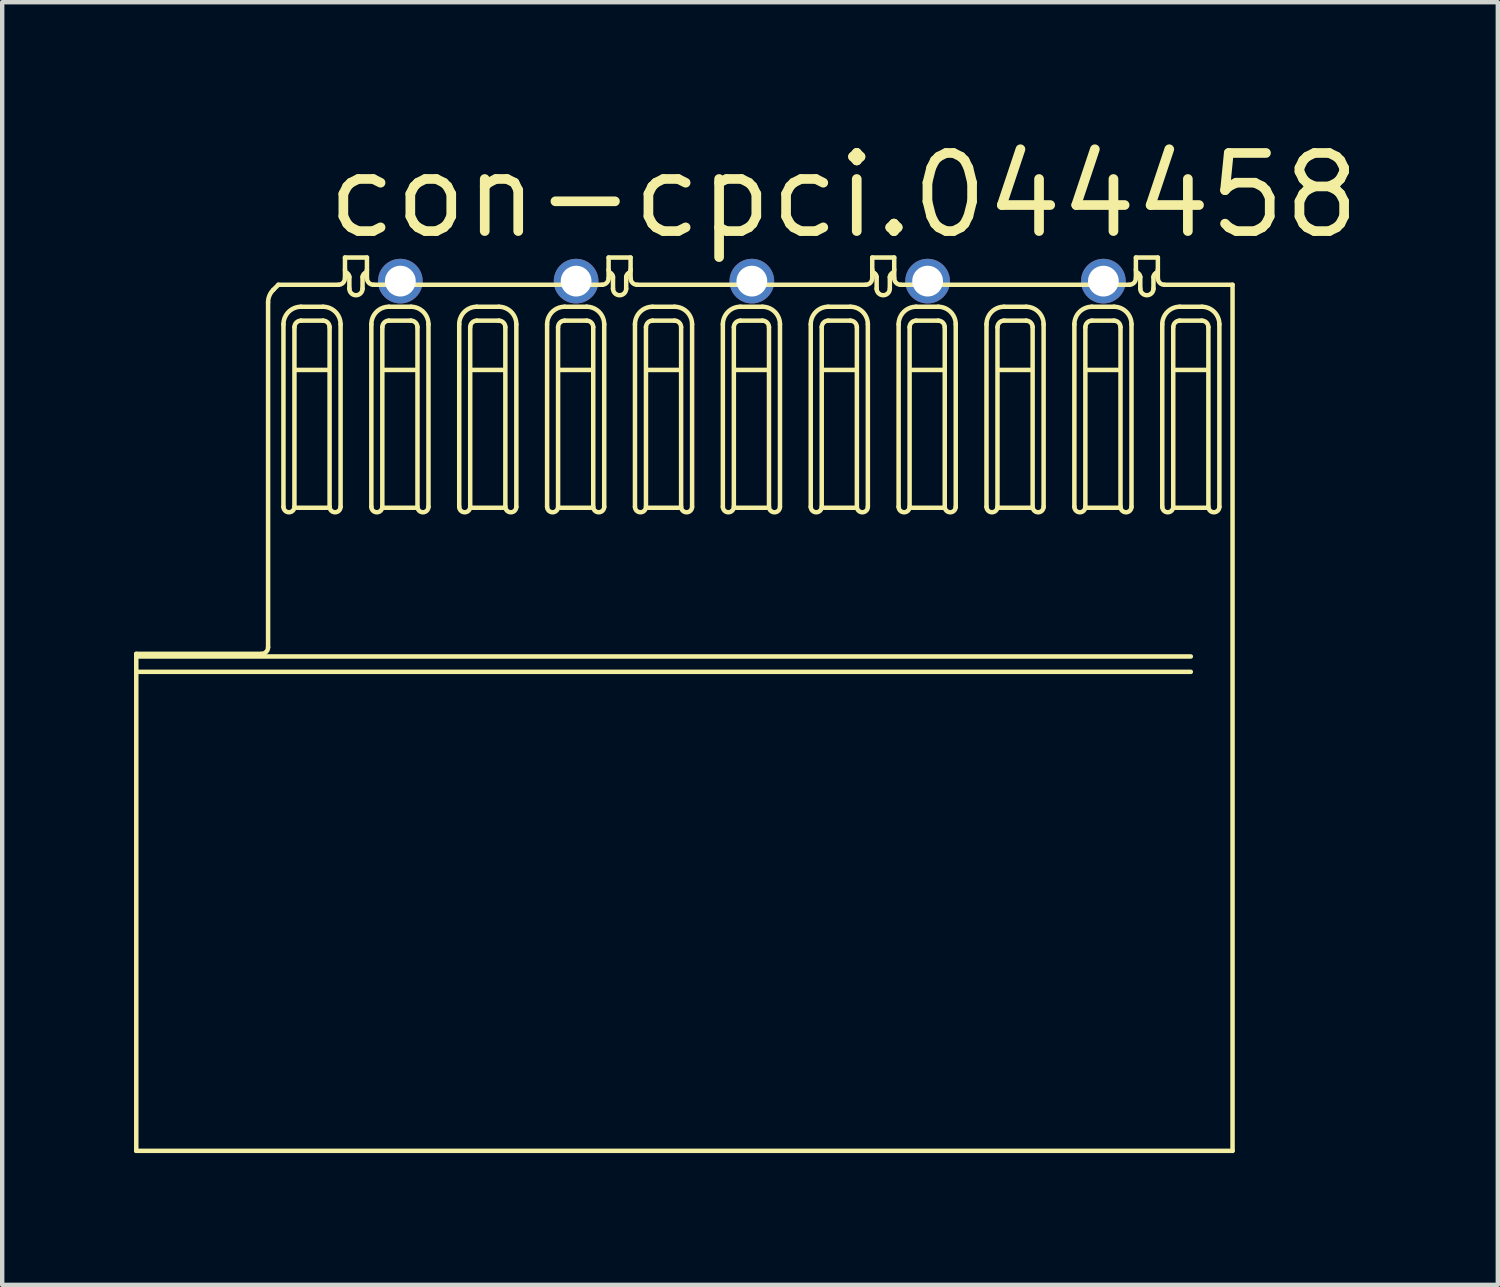
<source format=kicad_pcb>
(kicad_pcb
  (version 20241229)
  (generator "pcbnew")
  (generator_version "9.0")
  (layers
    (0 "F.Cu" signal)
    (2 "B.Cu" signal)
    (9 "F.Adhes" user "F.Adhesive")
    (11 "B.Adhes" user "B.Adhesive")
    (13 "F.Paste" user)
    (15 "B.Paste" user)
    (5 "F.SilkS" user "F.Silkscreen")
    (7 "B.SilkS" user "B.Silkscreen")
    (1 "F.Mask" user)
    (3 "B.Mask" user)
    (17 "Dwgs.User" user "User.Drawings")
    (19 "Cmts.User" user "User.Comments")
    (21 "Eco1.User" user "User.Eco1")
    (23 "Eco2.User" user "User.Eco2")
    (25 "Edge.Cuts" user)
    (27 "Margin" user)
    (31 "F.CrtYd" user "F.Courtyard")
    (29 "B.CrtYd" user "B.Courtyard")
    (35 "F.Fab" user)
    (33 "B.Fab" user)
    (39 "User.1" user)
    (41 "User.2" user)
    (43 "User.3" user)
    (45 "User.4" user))
  (footprint "con-cpci.044458"
    (layer "F.Cu")
    (at 22.061 3.348)
    (property "Reference" "con-cpci.044458" (at -17.78 -0.91 0) (layer "F.SilkS") (effects (font (size 1.778 1.778) (thickness 0.22)) (justify left bottom)))
    (attr through_hole)
    (fp_line (start -22.01 8.483) (end -22.01 19.793) (stroke (width 0.102) (type default)) (layer "F.SilkS"))
    (fp_line (start -22.01 8.542) (end 1.99 8.542) (stroke (width 0.102) (type default)) (layer "F.SilkS"))
    (fp_line (start -22.01 8.892) (end 1.99 8.892) (stroke (width 0.102) (type default)) (layer "F.SilkS"))
    (fp_line (start -22.01 19.793) (end 2.94 19.793) (stroke (width 0.102) (type default)) (layer "F.SilkS"))
    (fp_line (start -19.16 8.483) (end -22.01 8.483) (stroke (width 0.102) (type default)) (layer "F.SilkS"))
    (fp_line (start -19.01 0.483) (end -19.01 8.333) (stroke (width 0.102) (type default)) (layer "F.SilkS"))
    (fp_line (start -18.776 0.083) (end -18.893 0.2) (stroke (width 0.102) (type default)) (layer "F.SilkS"))
    (fp_line (start -18.66 5.136) (end -18.66 0.983) (stroke (width 0.102) (type default)) (layer "F.SilkS"))
    (fp_line (start -18.41 1.049) (end -18.41 5.136) (stroke (width 0.102) (type default)) (layer "F.SilkS"))
    (fp_line (start -18.36 2.021) (end -17.66 2.021) (stroke (width 0.102) (type default)) (layer "F.SilkS"))
    (fp_line (start -18.36 5.158) (end -17.66 5.158) (stroke (width 0.102) (type default)) (layer "F.SilkS"))
    (fp_line (start -18.26 0.583) (end -17.76 0.583) (stroke (width 0.102) (type default)) (layer "F.SilkS"))
    (fp_line (start -17.76 0.899) (end -18.26 0.899) (stroke (width 0.102) (type default)) (layer "F.SilkS"))
    (fp_line (start -17.61 5.136) (end -17.61 1.049) (stroke (width 0.102) (type default)) (layer "F.SilkS"))
    (fp_line (start -17.41 0.083) (end -18.776 0.083) (stroke (width 0.102) (type default)) (layer "F.SilkS"))
    (fp_line (start -17.36 0.983) (end -17.36 5.136) (stroke (width 0.102) (type default)) (layer "F.SilkS"))
    (fp_line (start -17.26 -0.537) (end -17.26 -0.067) (stroke (width 0.102) (type default)) (layer "F.SilkS"))
    (fp_line (start -17.16 -0.091) (end -17.16 0.171) (stroke (width 0.102) (type default)) (layer "F.SilkS"))
    (fp_line (start -16.86 0.171) (end -16.86 -0.091) (stroke (width 0.102) (type default)) (layer "F.SilkS"))
    (fp_line (start -16.76 -0.537) (end -17.26 -0.537) (stroke (width 0.102) (type default)) (layer "F.SilkS"))
    (fp_line (start -16.76 -0.067) (end -16.76 -0.537) (stroke (width 0.102) (type default)) (layer "F.SilkS"))
    (fp_line (start -16.66 5.136) (end -16.66 0.983) (stroke (width 0.102) (type default)) (layer "F.SilkS"))
    (fp_line (start -16.41 1.049) (end -16.41 5.136) (stroke (width 0.102) (type default)) (layer "F.SilkS"))
    (fp_line (start -16.36 2.021) (end -15.66 2.021) (stroke (width 0.102) (type default)) (layer "F.SilkS"))
    (fp_line (start -16.36 5.158) (end -15.66 5.158) (stroke (width 0.102) (type default)) (layer "F.SilkS"))
    (fp_line (start -16.26 0.583) (end -15.76 0.583) (stroke (width 0.102) (type default)) (layer "F.SilkS"))
    (fp_line (start -15.76 0.899) (end -16.26 0.899) (stroke (width 0.102) (type default)) (layer "F.SilkS"))
    (fp_line (start -15.61 5.136) (end -15.61 1.049) (stroke (width 0.102) (type default)) (layer "F.SilkS"))
    (fp_line (start -15.36 0.983) (end -15.36 5.136) (stroke (width 0.102) (type default)) (layer "F.SilkS"))
    (fp_line (start -14.66 5.136) (end -14.66 0.983) (stroke (width 0.102) (type default)) (layer "F.SilkS"))
    (fp_line (start -14.41 1.049) (end -14.41 5.136) (stroke (width 0.102) (type default)) (layer "F.SilkS"))
    (fp_line (start -14.36 2.021) (end -13.66 2.021) (stroke (width 0.102) (type default)) (layer "F.SilkS"))
    (fp_line (start -14.36 5.158) (end -13.66 5.158) (stroke (width 0.102) (type default)) (layer "F.SilkS"))
    (fp_line (start -14.26 0.583) (end -13.76 0.583) (stroke (width 0.102) (type default)) (layer "F.SilkS"))
    (fp_line (start -13.76 0.899) (end -14.26 0.899) (stroke (width 0.102) (type default)) (layer "F.SilkS"))
    (fp_line (start -13.61 5.136) (end -13.61 1.049) (stroke (width 0.102) (type default)) (layer "F.SilkS"))
    (fp_line (start -13.36 0.983) (end -13.36 5.136) (stroke (width 0.102) (type default)) (layer "F.SilkS"))
    (fp_line (start -12.66 5.136) (end -12.66 0.983) (stroke (width 0.102) (type default)) (layer "F.SilkS"))
    (fp_line (start -12.41 1.049) (end -12.41 5.136) (stroke (width 0.102) (type default)) (layer "F.SilkS"))
    (fp_line (start -12.36 2.021) (end -11.66 2.021) (stroke (width 0.102) (type default)) (layer "F.SilkS"))
    (fp_line (start -12.36 5.158) (end -11.66 5.158) (stroke (width 0.102) (type default)) (layer "F.SilkS"))
    (fp_line (start -12.26 0.583) (end -11.76 0.583) (stroke (width 0.102) (type default)) (layer "F.SilkS"))
    (fp_line (start -11.76 0.899) (end -12.26 0.899) (stroke (width 0.102) (type default)) (layer "F.SilkS"))
    (fp_line (start -11.61 5.136) (end -11.61 1.049) (stroke (width 0.102) (type default)) (layer "F.SilkS"))
    (fp_line (start -11.41 0.083) (end -16.61 0.083) (stroke (width 0.102) (type default)) (layer "F.SilkS"))
    (fp_line (start -11.36 0.983) (end -11.36 5.136) (stroke (width 0.102) (type default)) (layer "F.SilkS"))
    (fp_line (start -11.26 -0.537) (end -11.26 -0.067) (stroke (width 0.102) (type default)) (layer "F.SilkS"))
    (fp_line (start -11.16 -0.091) (end -11.16 0.171) (stroke (width 0.102) (type default)) (layer "F.SilkS"))
    (fp_line (start -10.86 0.171) (end -10.86 -0.091) (stroke (width 0.102) (type default)) (layer "F.SilkS"))
    (fp_line (start -10.76 -0.537) (end -11.26 -0.537) (stroke (width 0.102) (type default)) (layer "F.SilkS"))
    (fp_line (start -10.76 -0.067) (end -10.76 -0.537) (stroke (width 0.102) (type default)) (layer "F.SilkS"))
    (fp_line (start -10.66 5.136) (end -10.66 0.983) (stroke (width 0.102) (type default)) (layer "F.SilkS"))
    (fp_line (start -10.41 1.049) (end -10.41 5.136) (stroke (width 0.102) (type default)) (layer "F.SilkS"))
    (fp_line (start -10.36 2.021) (end -9.66 2.021) (stroke (width 0.102) (type default)) (layer "F.SilkS"))
    (fp_line (start -10.36 5.158) (end -9.66 5.158) (stroke (width 0.102) (type default)) (layer "F.SilkS"))
    (fp_line (start -10.26 0.583) (end -9.76 0.583) (stroke (width 0.102) (type default)) (layer "F.SilkS"))
    (fp_line (start -9.76 0.899) (end -10.26 0.899) (stroke (width 0.102) (type default)) (layer "F.SilkS"))
    (fp_line (start -9.61 5.136) (end -9.61 1.049) (stroke (width 0.102) (type default)) (layer "F.SilkS"))
    (fp_line (start -9.36 0.983) (end -9.36 5.136) (stroke (width 0.102) (type default)) (layer "F.SilkS"))
    (fp_line (start -8.66 5.136) (end -8.66 0.983) (stroke (width 0.102) (type default)) (layer "F.SilkS"))
    (fp_line (start -8.41 1.049) (end -8.41 5.136) (stroke (width 0.102) (type default)) (layer "F.SilkS"))
    (fp_line (start -8.36 2.021) (end -7.66 2.021) (stroke (width 0.102) (type default)) (layer "F.SilkS"))
    (fp_line (start -8.36 5.158) (end -7.66 5.158) (stroke (width 0.102) (type default)) (layer "F.SilkS"))
    (fp_line (start -8.26 0.583) (end -7.76 0.583) (stroke (width 0.102) (type default)) (layer "F.SilkS"))
    (fp_line (start -7.76 0.899) (end -8.26 0.899) (stroke (width 0.102) (type default)) (layer "F.SilkS"))
    (fp_line (start -7.61 5.136) (end -7.61 1.049) (stroke (width 0.102) (type default)) (layer "F.SilkS"))
    (fp_line (start -7.36 0.983) (end -7.36 5.136) (stroke (width 0.102) (type default)) (layer "F.SilkS"))
    (fp_line (start -6.66 5.136) (end -6.66 0.983) (stroke (width 0.102) (type default)) (layer "F.SilkS"))
    (fp_line (start -6.41 1.049) (end -6.41 5.136) (stroke (width 0.102) (type default)) (layer "F.SilkS"))
    (fp_line (start -6.36 2.021) (end -5.66 2.021) (stroke (width 0.102) (type default)) (layer "F.SilkS"))
    (fp_line (start -6.36 5.158) (end -5.66 5.158) (stroke (width 0.102) (type default)) (layer "F.SilkS"))
    (fp_line (start -6.26 0.583) (end -5.76 0.583) (stroke (width 0.102) (type default)) (layer "F.SilkS"))
    (fp_line (start -5.76 0.899) (end -6.26 0.899) (stroke (width 0.102) (type default)) (layer "F.SilkS"))
    (fp_line (start -5.61 5.136) (end -5.61 1.049) (stroke (width 0.102) (type default)) (layer "F.SilkS"))
    (fp_line (start -5.41 0.083) (end -10.61 0.083) (stroke (width 0.102) (type default)) (layer "F.SilkS"))
    (fp_line (start -5.36 0.983) (end -5.36 5.136) (stroke (width 0.102) (type default)) (layer "F.SilkS"))
    (fp_line (start -5.26 -0.537) (end -5.26 -0.067) (stroke (width 0.102) (type default)) (layer "F.SilkS"))
    (fp_line (start -5.16 -0.091) (end -5.16 0.171) (stroke (width 0.102) (type default)) (layer "F.SilkS"))
    (fp_line (start -4.86 0.171) (end -4.86 -0.091) (stroke (width 0.102) (type default)) (layer "F.SilkS"))
    (fp_line (start -4.76 -0.537) (end -5.26 -0.537) (stroke (width 0.102) (type default)) (layer "F.SilkS"))
    (fp_line (start -4.76 -0.067) (end -4.76 -0.537) (stroke (width 0.102) (type default)) (layer "F.SilkS"))
    (fp_line (start -4.66 5.136) (end -4.66 0.983) (stroke (width 0.102) (type default)) (layer "F.SilkS"))
    (fp_line (start -4.41 1.049) (end -4.41 5.136) (stroke (width 0.102) (type default)) (layer "F.SilkS"))
    (fp_line (start -4.36 2.021) (end -3.66 2.021) (stroke (width 0.102) (type default)) (layer "F.SilkS"))
    (fp_line (start -4.36 5.158) (end -3.66 5.158) (stroke (width 0.102) (type default)) (layer "F.SilkS"))
    (fp_line (start -4.26 0.583) (end -3.76 0.583) (stroke (width 0.102) (type default)) (layer "F.SilkS"))
    (fp_line (start -3.76 0.899) (end -4.26 0.899) (stroke (width 0.102) (type default)) (layer "F.SilkS"))
    (fp_line (start -3.61 5.136) (end -3.61 1.049) (stroke (width 0.102) (type default)) (layer "F.SilkS"))
    (fp_line (start -3.36 0.983) (end -3.36 5.136) (stroke (width 0.102) (type default)) (layer "F.SilkS"))
    (fp_line (start -2.66 5.136) (end -2.66 0.983) (stroke (width 0.102) (type default)) (layer "F.SilkS"))
    (fp_line (start -2.41 1.049) (end -2.41 5.136) (stroke (width 0.102) (type default)) (layer "F.SilkS"))
    (fp_line (start -2.36 2.021) (end -1.66 2.021) (stroke (width 0.102) (type default)) (layer "F.SilkS"))
    (fp_line (start -2.36 5.158) (end -1.66 5.158) (stroke (width 0.102) (type default)) (layer "F.SilkS"))
    (fp_line (start -2.26 0.583) (end -1.76 0.583) (stroke (width 0.102) (type default)) (layer "F.SilkS"))
    (fp_line (start -1.76 0.899) (end -2.26 0.899) (stroke (width 0.102) (type default)) (layer "F.SilkS"))
    (fp_line (start -1.61 5.136) (end -1.61 1.049) (stroke (width 0.102) (type default)) (layer "F.SilkS"))
    (fp_line (start -1.36 0.983) (end -1.36 5.136) (stroke (width 0.102) (type default)) (layer "F.SilkS"))
    (fp_line (start -0.66 5.136) (end -0.66 0.983) (stroke (width 0.102) (type default)) (layer "F.SilkS"))
    (fp_line (start -0.41 1.049) (end -0.41 5.136) (stroke (width 0.102) (type default)) (layer "F.SilkS"))
    (fp_line (start -0.36 2.021) (end 0.34 2.021) (stroke (width 0.102) (type default)) (layer "F.SilkS"))
    (fp_line (start -0.36 5.158) (end 0.34 5.158) (stroke (width 0.102) (type default)) (layer "F.SilkS"))
    (fp_line (start -0.26 0.583) (end 0.24 0.583) (stroke (width 0.102) (type default)) (layer "F.SilkS"))
    (fp_line (start 0.24 0.899) (end -0.26 0.899) (stroke (width 0.102) (type default)) (layer "F.SilkS"))
    (fp_line (start 0.39 5.136) (end 0.39 1.049) (stroke (width 0.102) (type default)) (layer "F.SilkS"))
    (fp_line (start 0.59 0.083) (end -4.61 0.083) (stroke (width 0.102) (type default)) (layer "F.SilkS"))
    (fp_line (start 0.64 0.983) (end 0.64 5.136) (stroke (width 0.102) (type default)) (layer "F.SilkS"))
    (fp_line (start 0.74 -0.537) (end 0.74 -0.067) (stroke (width 0.102) (type default)) (layer "F.SilkS"))
    (fp_line (start 0.84 -0.091) (end 0.84 0.171) (stroke (width 0.102) (type default)) (layer "F.SilkS"))
    (fp_line (start 1.14 0.171) (end 1.14 -0.091) (stroke (width 0.102) (type default)) (layer "F.SilkS"))
    (fp_line (start 1.24 -0.537) (end 0.74 -0.537) (stroke (width 0.102) (type default)) (layer "F.SilkS"))
    (fp_line (start 1.24 -0.067) (end 1.24 -0.537) (stroke (width 0.102) (type default)) (layer "F.SilkS"))
    (fp_line (start 1.34 5.136) (end 1.34 0.983) (stroke (width 0.102) (type default)) (layer "F.SilkS"))
    (fp_line (start 1.59 1.049) (end 1.59 5.136) (stroke (width 0.102) (type default)) (layer "F.SilkS"))
    (fp_line (start 1.64 2.021) (end 2.34 2.021) (stroke (width 0.102) (type default)) (layer "F.SilkS"))
    (fp_line (start 1.64 5.158) (end 2.34 5.158) (stroke (width 0.102) (type default)) (layer "F.SilkS"))
    (fp_line (start 1.74 0.583) (end 2.24 0.583) (stroke (width 0.102) (type default)) (layer "F.SilkS"))
    (fp_line (start 2.24 0.899) (end 1.74 0.899) (stroke (width 0.102) (type default)) (layer "F.SilkS"))
    (fp_line (start 2.39 5.136) (end 2.39 1.049) (stroke (width 0.102) (type default)) (layer "F.SilkS"))
    (fp_line (start 2.64 0.983) (end 2.64 5.136) (stroke (width 0.102) (type default)) (layer "F.SilkS"))
    (fp_line (start 2.94 0.083) (end 1.39 0.083) (stroke (width 0.102) (type default)) (layer "F.SilkS"))
    (fp_line (start 2.94 19.793) (end 2.94 0.083) (stroke (width 0.102) (type default)) (layer "F.SilkS"))
    (fp_arc (start -19.01 0.4829) (mid -18.97957 0.329856) (end -18.8929 0.2001) (stroke (width 0.1016) (type default)) (layer "F.SilkS"))
    (fp_arc (start -19.01 8.3329) (mid -19.053934 8.438966) (end -19.16 8.4829) (stroke (width 0.1016) (type default)) (layer "F.SilkS"))
    (fp_arc (start -18.66 0.9829) (mid -18.542843 0.700057) (end -18.26 0.5829) (stroke (width 0.1016) (type default)) (layer "F.SilkS"))
    (fp_arc (start -18.41 1.0487) (mid -18.366066 0.942634) (end -18.26 0.8987) (stroke (width 0.1016) (type default)) (layer "F.SilkS"))
    (fp_arc (start -18.41 5.1356) (mid -18.535 5.2606) (end -18.66 5.1356) (stroke (width 0.1016) (type default)) (layer "F.SilkS"))
    (fp_arc (start -17.76 0.5829) (mid -17.477157 0.700057) (end -17.36 0.9829) (stroke (width 0.1016) (type default)) (layer "F.SilkS"))
    (fp_arc (start -17.76 0.8987) (mid -17.653934 0.942634) (end -17.61 1.0487) (stroke (width 0.1016) (type default)) (layer "F.SilkS"))
    (fp_arc (start -17.36 5.1356) (mid -17.485 5.2606) (end -17.61 5.1356) (stroke (width 0.1016) (type default)) (layer "F.SilkS"))
    (fp_arc (start -17.26 -0.0671) (mid -17.303934 0.038966) (end -17.41 0.0829) (stroke (width 0.1016) (type default)) (layer "F.SilkS"))
    (fp_arc (start -17.21 -0.178) (mid -17.246602 -0.214601) (end -17.26 -0.2646) (stroke (width 0.1016) (type default)) (layer "F.SilkS"))
    (fp_arc (start -17.21 -0.1779) (mid -17.173398 -0.141299) (end -17.16 -0.0913) (stroke (width 0.1016) (type default)) (layer "F.SilkS"))
    (fp_arc (start -16.86 -0.0913) (mid -16.846602 -0.141299) (end -16.81 -0.1779) (stroke (width 0.1016) (type default)) (layer "F.SilkS"))
    (fp_arc (start -16.86 0.1708) (mid -17.01 0.3208) (end -17.16 0.1708) (stroke (width 0.1016) (type default)) (layer "F.SilkS"))
    (fp_arc (start -16.7599 -0.2646) (mid -16.773343 -0.214543) (end -16.81 -0.1779) (stroke (width 0.1016) (type default)) (layer "F.SilkS"))
    (fp_arc (start -16.66 0.9829) (mid -16.542843 0.700057) (end -16.26 0.5829) (stroke (width 0.1016) (type default)) (layer "F.SilkS"))
    (fp_arc (start -16.61 0.0829) (mid -16.716066 0.038966) (end -16.76 -0.0671) (stroke (width 0.1016) (type default)) (layer "F.SilkS"))
    (fp_arc (start -16.41 1.0487) (mid -16.366066 0.942634) (end -16.26 0.8987) (stroke (width 0.1016) (type default)) (layer "F.SilkS"))
    (fp_arc (start -16.41 5.1356) (mid -16.535 5.2606) (end -16.66 5.1356) (stroke (width 0.1016) (type default)) (layer "F.SilkS"))
    (fp_arc (start -15.76 0.5829) (mid -15.477157 0.700057) (end -15.36 0.9829) (stroke (width 0.1016) (type default)) (layer "F.SilkS"))
    (fp_arc (start -15.76 0.8987) (mid -15.653934 0.942634) (end -15.61 1.0487) (stroke (width 0.1016) (type default)) (layer "F.SilkS"))
    (fp_arc (start -15.36 5.1356) (mid -15.485 5.2606) (end -15.61 5.1356) (stroke (width 0.1016) (type default)) (layer "F.SilkS"))
    (fp_arc (start -14.66 0.9829) (mid -14.542843 0.700057) (end -14.26 0.5829) (stroke (width 0.1016) (type default)) (layer "F.SilkS"))
    (fp_arc (start -14.41 1.0487) (mid -14.366066 0.942634) (end -14.26 0.8987) (stroke (width 0.1016) (type default)) (layer "F.SilkS"))
    (fp_arc (start -14.41 5.1356) (mid -14.535 5.2606) (end -14.66 5.1356) (stroke (width 0.1016) (type default)) (layer "F.SilkS"))
    (fp_arc (start -13.76 0.5829) (mid -13.477157 0.700057) (end -13.36 0.9829) (stroke (width 0.1016) (type default)) (layer "F.SilkS"))
    (fp_arc (start -13.76 0.8987) (mid -13.653934 0.942634) (end -13.61 1.0487) (stroke (width 0.1016) (type default)) (layer "F.SilkS"))
    (fp_arc (start -13.36 5.1356) (mid -13.485 5.2606) (end -13.61 5.1356) (stroke (width 0.1016) (type default)) (layer "F.SilkS"))
    (fp_arc (start -12.66 0.9829) (mid -12.542843 0.700057) (end -12.26 0.5829) (stroke (width 0.1016) (type default)) (layer "F.SilkS"))
    (fp_arc (start -12.41 1.0487) (mid -12.366066 0.942634) (end -12.26 0.8987) (stroke (width 0.1016) (type default)) (layer "F.SilkS"))
    (fp_arc (start -12.41 5.1356) (mid -12.535 5.2606) (end -12.66 5.1356) (stroke (width 0.1016) (type default)) (layer "F.SilkS"))
    (fp_arc (start -11.76 0.5829) (mid -11.477157 0.700057) (end -11.36 0.9829) (stroke (width 0.1016) (type default)) (layer "F.SilkS"))
    (fp_arc (start -11.76 0.8987) (mid -11.653934 0.942634) (end -11.61 1.0487) (stroke (width 0.1016) (type default)) (layer "F.SilkS"))
    (fp_arc (start -11.36 5.1356) (mid -11.485 5.2606) (end -11.61 5.1356) (stroke (width 0.1016) (type default)) (layer "F.SilkS"))
    (fp_arc (start -11.26 -0.0671) (mid -11.303934 0.038966) (end -11.41 0.0829) (stroke (width 0.1016) (type default)) (layer "F.SilkS"))
    (fp_arc (start -11.21 -0.178) (mid -11.246602 -0.214601) (end -11.26 -0.2646) (stroke (width 0.1016) (type default)) (layer "F.SilkS"))
    (fp_arc (start -11.21 -0.1779) (mid -11.173398 -0.141299) (end -11.16 -0.0913) (stroke (width 0.1016) (type default)) (layer "F.SilkS"))
    (fp_arc (start -10.86 -0.0913) (mid -10.846602 -0.141299) (end -10.81 -0.1779) (stroke (width 0.1016) (type default)) (layer "F.SilkS"))
    (fp_arc (start -10.86 0.1708) (mid -11.01 0.3208) (end -11.16 0.1708) (stroke (width 0.1016) (type default)) (layer "F.SilkS"))
    (fp_arc (start -10.7599 -0.2646) (mid -10.773343 -0.214543) (end -10.81 -0.1779) (stroke (width 0.1016) (type default)) (layer "F.SilkS"))
    (fp_arc (start -10.66 0.9829) (mid -10.542843 0.700057) (end -10.26 0.5829) (stroke (width 0.1016) (type default)) (layer "F.SilkS"))
    (fp_arc (start -10.61 0.0829) (mid -10.716066 0.038966) (end -10.76 -0.0671) (stroke (width 0.1016) (type default)) (layer "F.SilkS"))
    (fp_arc (start -10.41 1.0487) (mid -10.366066 0.942634) (end -10.26 0.8987) (stroke (width 0.1016) (type default)) (layer "F.SilkS"))
    (fp_arc (start -10.41 5.1356) (mid -10.535 5.2606) (end -10.66 5.1356) (stroke (width 0.1016) (type default)) (layer "F.SilkS"))
    (fp_arc (start -9.76 0.5829) (mid -9.477157 0.700057) (end -9.36 0.9829) (stroke (width 0.1016) (type default)) (layer "F.SilkS"))
    (fp_arc (start -9.76 0.8987) (mid -9.653934 0.942634) (end -9.61 1.0487) (stroke (width 0.1016) (type default)) (layer "F.SilkS"))
    (fp_arc (start -9.36 5.1356) (mid -9.485 5.2606) (end -9.61 5.1356) (stroke (width 0.1016) (type default)) (layer "F.SilkS"))
    (fp_arc (start -8.66 0.9829) (mid -8.542843 0.700057) (end -8.26 0.5829) (stroke (width 0.1016) (type default)) (layer "F.SilkS"))
    (fp_arc (start -8.41 1.0487) (mid -8.366066 0.942634) (end -8.26 0.8987) (stroke (width 0.1016) (type default)) (layer "F.SilkS"))
    (fp_arc (start -8.41 5.1356) (mid -8.535 5.2606) (end -8.66 5.1356) (stroke (width 0.1016) (type default)) (layer "F.SilkS"))
    (fp_arc (start -7.76 0.5829) (mid -7.477157 0.700057) (end -7.36 0.9829) (stroke (width 0.1016) (type default)) (layer "F.SilkS"))
    (fp_arc (start -7.76 0.8987) (mid -7.653934 0.942634) (end -7.61 1.0487) (stroke (width 0.1016) (type default)) (layer "F.SilkS"))
    (fp_arc (start -7.36 5.1356) (mid -7.485 5.2606) (end -7.61 5.1356) (stroke (width 0.1016) (type default)) (layer "F.SilkS"))
    (fp_arc (start -6.66 0.9829) (mid -6.542843 0.700057) (end -6.26 0.5829) (stroke (width 0.1016) (type default)) (layer "F.SilkS"))
    (fp_arc (start -6.41 1.0487) (mid -6.366066 0.942634) (end -6.26 0.8987) (stroke (width 0.1016) (type default)) (layer "F.SilkS"))
    (fp_arc (start -6.41 5.1356) (mid -6.535 5.2606) (end -6.66 5.1356) (stroke (width 0.1016) (type default)) (layer "F.SilkS"))
    (fp_arc (start -5.76 0.5829) (mid -5.477157 0.700057) (end -5.36 0.9829) (stroke (width 0.1016) (type default)) (layer "F.SilkS"))
    (fp_arc (start -5.76 0.8987) (mid -5.653934 0.942634) (end -5.61 1.0487) (stroke (width 0.1016) (type default)) (layer "F.SilkS"))
    (fp_arc (start -5.36 5.1356) (mid -5.485 5.2606) (end -5.61 5.1356) (stroke (width 0.1016) (type default)) (layer "F.SilkS"))
    (fp_arc (start -5.26 -0.0671) (mid -5.303934 0.038966) (end -5.41 0.0829) (stroke (width 0.1016) (type default)) (layer "F.SilkS"))
    (fp_arc (start -5.21 -0.178) (mid -5.246602 -0.214601) (end -5.26 -0.2646) (stroke (width 0.1016) (type default)) (layer "F.SilkS"))
    (fp_arc (start -5.21 -0.1779) (mid -5.173398 -0.141299) (end -5.16 -0.0913) (stroke (width 0.1016) (type default)) (layer "F.SilkS"))
    (fp_arc (start -4.86 -0.0913) (mid -4.846602 -0.141299) (end -4.81 -0.1779) (stroke (width 0.1016) (type default)) (layer "F.SilkS"))
    (fp_arc (start -4.86 0.1708) (mid -5.01 0.3208) (end -5.16 0.1708) (stroke (width 0.1016) (type default)) (layer "F.SilkS"))
    (fp_arc (start -4.7599 -0.2646) (mid -4.773343 -0.214543) (end -4.81 -0.1779) (stroke (width 0.1016) (type default)) (layer "F.SilkS"))
    (fp_arc (start -4.66 0.9829) (mid -4.542843 0.700057) (end -4.26 0.5829) (stroke (width 0.1016) (type default)) (layer "F.SilkS"))
    (fp_arc (start -4.61 0.0829) (mid -4.716066 0.038966) (end -4.76 -0.0671) (stroke (width 0.1016) (type default)) (layer "F.SilkS"))
    (fp_arc (start -4.41 1.0487) (mid -4.366066 0.942634) (end -4.26 0.8987) (stroke (width 0.1016) (type default)) (layer "F.SilkS"))
    (fp_arc (start -4.41 5.1356) (mid -4.535 5.2606) (end -4.66 5.1356) (stroke (width 0.1016) (type default)) (layer "F.SilkS"))
    (fp_arc (start -3.76 0.5829) (mid -3.477157 0.700057) (end -3.36 0.9829) (stroke (width 0.1016) (type default)) (layer "F.SilkS"))
    (fp_arc (start -3.76 0.8987) (mid -3.653934 0.942634) (end -3.61 1.0487) (stroke (width 0.1016) (type default)) (layer "F.SilkS"))
    (fp_arc (start -3.36 5.1356) (mid -3.485 5.2606) (end -3.61 5.1356) (stroke (width 0.1016) (type default)) (layer "F.SilkS"))
    (fp_arc (start -2.66 0.9829) (mid -2.542843 0.700057) (end -2.26 0.5829) (stroke (width 0.1016) (type default)) (layer "F.SilkS"))
    (fp_arc (start -2.41 1.0487) (mid -2.366066 0.942634) (end -2.26 0.8987) (stroke (width 0.1016) (type default)) (layer "F.SilkS"))
    (fp_arc (start -2.41 5.1356) (mid -2.535 5.2606) (end -2.66 5.1356) (stroke (width 0.1016) (type default)) (layer "F.SilkS"))
    (fp_arc (start -1.76 0.5829) (mid -1.477157 0.700057) (end -1.36 0.9829) (stroke (width 0.1016) (type default)) (layer "F.SilkS"))
    (fp_arc (start -1.76 0.8987) (mid -1.653934 0.942634) (end -1.61 1.0487) (stroke (width 0.1016) (type default)) (layer "F.SilkS"))
    (fp_arc (start -1.36 5.1356) (mid -1.485 5.2606) (end -1.61 5.1356) (stroke (width 0.1016) (type default)) (layer "F.SilkS"))
    (fp_arc (start -0.66 0.9829) (mid -0.542843 0.700057) (end -0.26 0.5829) (stroke (width 0.1016) (type default)) (layer "F.SilkS"))
    (fp_arc (start -0.41 1.0487) (mid -0.366066 0.942634) (end -0.26 0.8987) (stroke (width 0.1016) (type default)) (layer "F.SilkS"))
    (fp_arc (start -0.41 5.1356) (mid -0.535 5.2606) (end -0.66 5.1356) (stroke (width 0.1016) (type default)) (layer "F.SilkS"))
    (fp_arc (start 0.24 0.5829) (mid 0.522843 0.700057) (end 0.64 0.9829) (stroke (width 0.1016) (type default)) (layer "F.SilkS"))
    (fp_arc (start 0.24 0.8987) (mid 0.346066 0.942634) (end 0.39 1.0487) (stroke (width 0.1016) (type default)) (layer "F.SilkS"))
    (fp_arc (start 0.64 5.1356) (mid 0.515 5.2606) (end 0.39 5.1356) (stroke (width 0.1016) (type default)) (layer "F.SilkS"))
    (fp_arc (start 0.74 -0.0671) (mid 0.696066 0.038966) (end 0.59 0.0829) (stroke (width 0.1016) (type default)) (layer "F.SilkS"))
    (fp_arc (start 0.79 -0.178) (mid 0.753398 -0.214601) (end 0.74 -0.2646) (stroke (width 0.1016) (type default)) (layer "F.SilkS"))
    (fp_arc (start 0.79 -0.1779) (mid 0.826602 -0.141299) (end 0.84 -0.0913) (stroke (width 0.1016) (type default)) (layer "F.SilkS"))
    (fp_arc (start 1.14 -0.0913) (mid 1.153398 -0.141299) (end 1.19 -0.1779) (stroke (width 0.1016) (type default)) (layer "F.SilkS"))
    (fp_arc (start 1.14 0.1708) (mid 0.99 0.3208) (end 0.84 0.1708) (stroke (width 0.1016) (type default)) (layer "F.SilkS"))
    (fp_arc (start 1.2401 -0.2646) (mid 1.226657 -0.214543) (end 1.19 -0.1779) (stroke (width 0.1016) (type default)) (layer "F.SilkS"))
    (fp_arc (start 1.34 0.9829) (mid 1.457157 0.700057) (end 1.74 0.5829) (stroke (width 0.1016) (type default)) (layer "F.SilkS"))
    (fp_arc (start 1.39 0.0829) (mid 1.283934 0.038966) (end 1.24 -0.0671) (stroke (width 0.1016) (type default)) (layer "F.SilkS"))
    (fp_arc (start 1.59 1.0487) (mid 1.633934 0.942634) (end 1.74 0.8987) (stroke (width 0.1016) (type default)) (layer "F.SilkS"))
    (fp_arc (start 1.59 5.1356) (mid 1.465 5.2606) (end 1.34 5.1356) (stroke (width 0.1016) (type default)) (layer "F.SilkS"))
    (fp_arc (start 2.24 0.5829) (mid 2.522843 0.700057) (end 2.64 0.9829) (stroke (width 0.1016) (type default)) (layer "F.SilkS"))
    (fp_arc (start 2.24 0.8987) (mid 2.346066 0.942634) (end 2.39 1.0487) (stroke (width 0.1016) (type default)) (layer "F.SilkS"))
    (fp_arc (start 2.64 5.1356) (mid 2.515 5.2606) (end 2.39 5.1356) (stroke (width 0.1016) (type default)) (layer "F.SilkS"))
    (pad "1" thru_hole circle (at 0 0) (size 1.016 1.016) (drill 0.7) (layers "*.Cu" "*.Mask"))
    (pad "2" thru_hole circle (at -4 0) (size 1.016 1.016) (drill 0.7) (layers "*.Cu" "*.Mask"))
    (pad "3" thru_hole circle (at -8 0) (size 1.016 1.016) (drill 0.7) (layers "*.Cu" "*.Mask"))
    (pad "4" thru_hole circle (at -12 0) (size 1.016 1.016) (drill 0.7) (layers "*.Cu" "*.Mask"))
    (pad "5" thru_hole circle (at -16 0) (size 1.016 1.016) (drill 0.7) (layers "*.Cu" "*.Mask")))
  (gr_rect
    (start -3 -3)
    (end 31.038 26.192)
    (stroke (width 0.1) (type default))
    (fill no)
    (layer "Edge.Cuts")))
</source>
